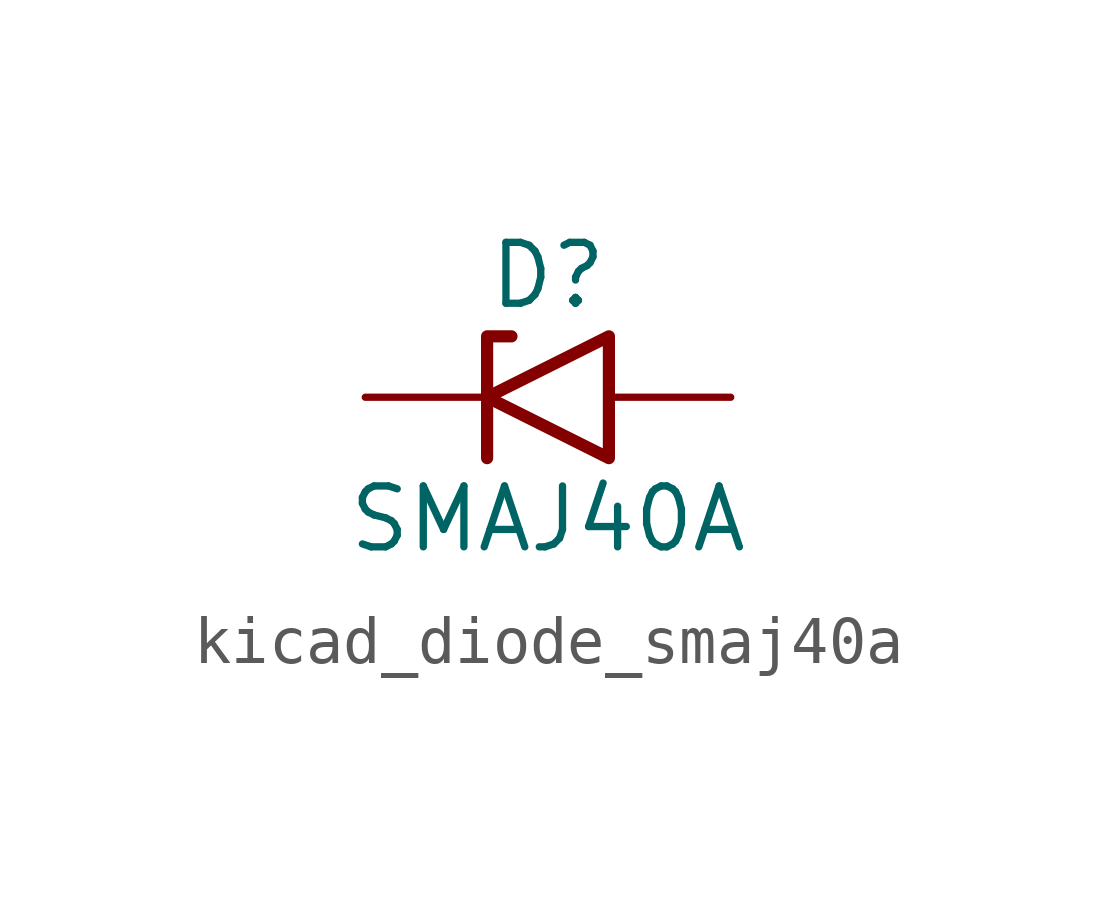
<source format=kicad_sym>
(kicad_symbol_lib
  (version 20220914)
  (generator kicad_symbol_editor)
  (symbol "kicad_diode_smaj40a"
    (pin_numbers hide)
    (pin_names
      (offset 1.016) hide)
    (property "Reference" "D"
      (at 0 2.54 0)
      (effects (font (size 1.27 1.27))))
    (property "Value" "SMAJ40A"
      (at 0 -2.54 0)
      (effects (font (size 1.27 1.27))))
    (symbol "kicad_diode_smaj40a_0_1"
      (polyline (pts (xy -0.762 1.27) (xy -1.27 1.27) (xy -1.27 -1.27)) (stroke (width 0.254) (type default)) (fill (type none)))
      (polyline (pts (xy 1.27 1.27) (xy 1.27 -1.27) (xy -1.27 0) (xy 1.27 1.27)) (stroke (width 0.254) (type default)) (fill (type none))))
    (symbol "kicad_diode_smaj40a_1_1"
      (pin passive line (at -3.81 0 0) (length 2.54) (name "A1" (effects (font (size 1.27 1.27)))) (number "1" (effects (font (size 1.27 1.27)))))
      (pin passive line (at 3.81 0 180) (length 2.54) (name "A2" (effects (font (size 1.27 1.27)))) (number "2" (effects (font (size 1.27 1.27))))))))
</source>
